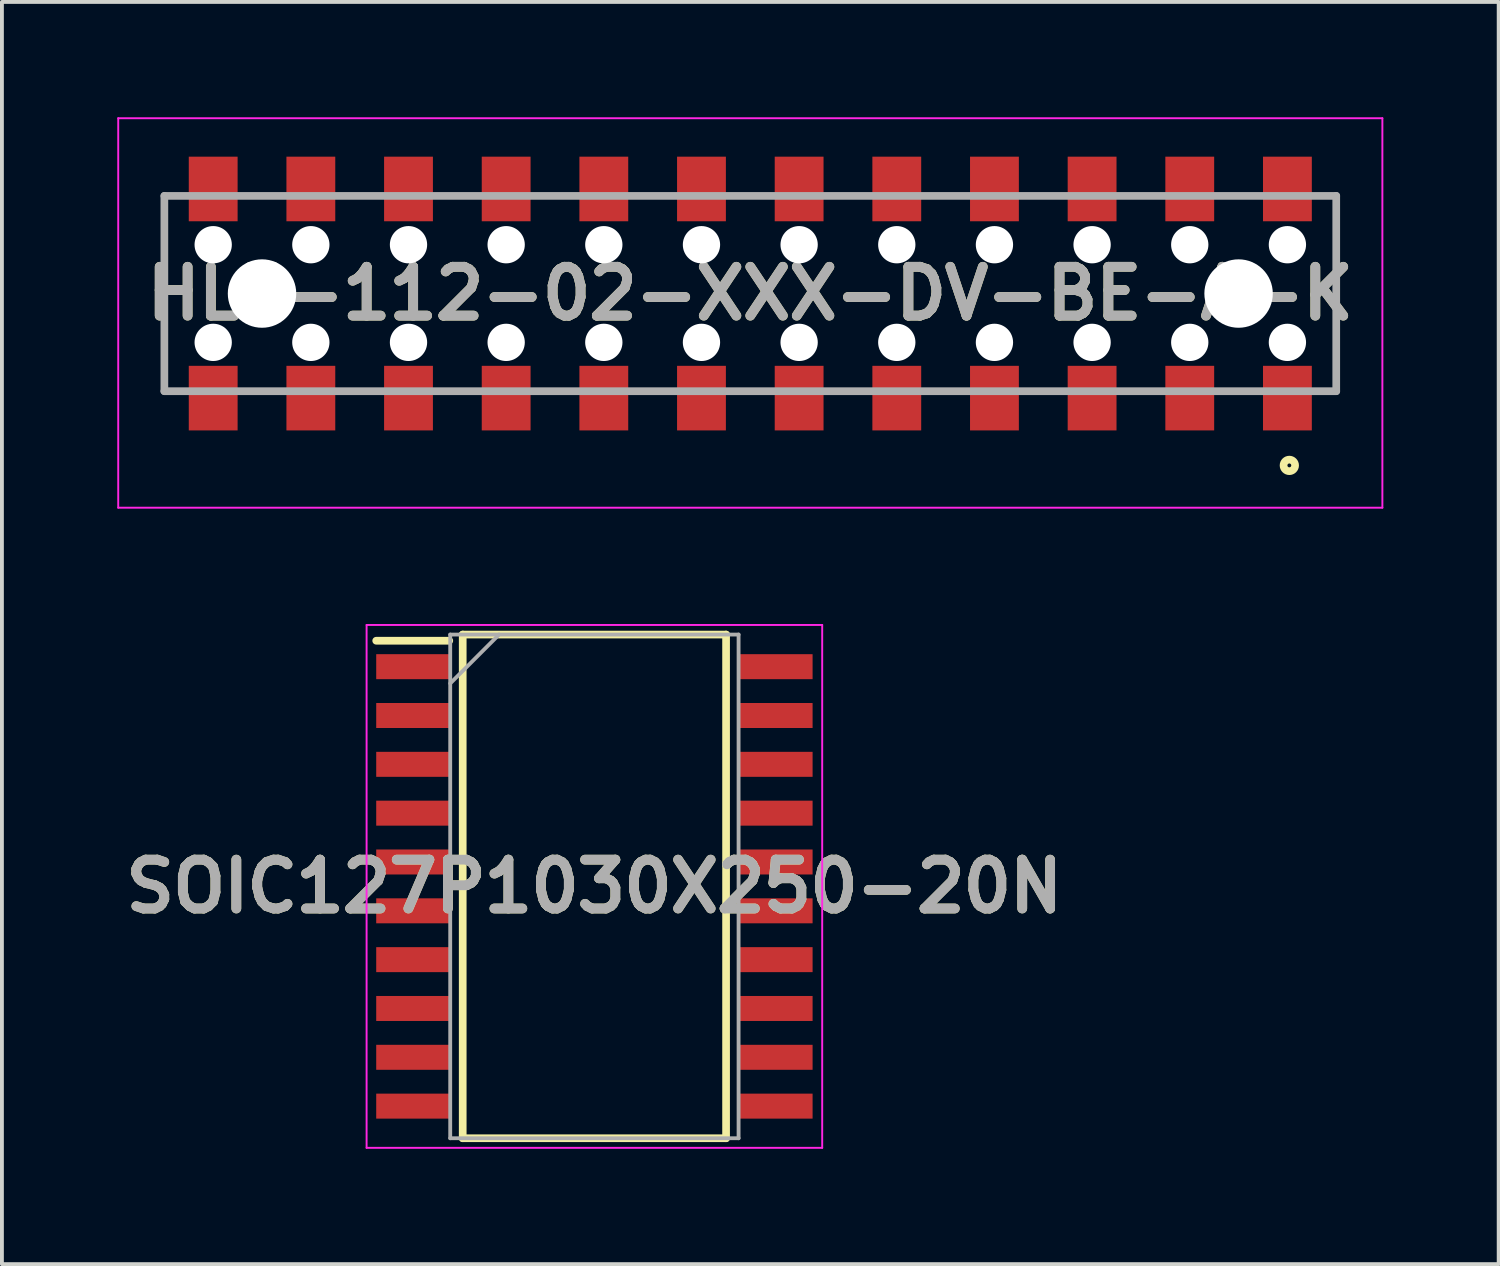
<source format=kicad_pcb>
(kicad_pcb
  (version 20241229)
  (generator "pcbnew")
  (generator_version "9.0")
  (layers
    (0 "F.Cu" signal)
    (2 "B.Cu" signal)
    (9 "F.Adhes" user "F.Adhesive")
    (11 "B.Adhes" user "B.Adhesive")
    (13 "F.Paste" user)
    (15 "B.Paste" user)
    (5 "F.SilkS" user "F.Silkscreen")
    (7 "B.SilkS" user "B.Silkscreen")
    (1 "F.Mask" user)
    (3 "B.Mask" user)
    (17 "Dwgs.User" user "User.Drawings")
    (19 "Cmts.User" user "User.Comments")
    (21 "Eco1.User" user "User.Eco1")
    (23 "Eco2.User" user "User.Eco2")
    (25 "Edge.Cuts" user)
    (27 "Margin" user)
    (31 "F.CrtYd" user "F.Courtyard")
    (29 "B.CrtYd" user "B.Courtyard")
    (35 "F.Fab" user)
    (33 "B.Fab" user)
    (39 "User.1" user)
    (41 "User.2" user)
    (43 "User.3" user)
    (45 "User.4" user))
  (footprint "HLE-112-02-XXX-DV-BE-A-K"
    (layer "F.Cu")
    (at 16.465 4.585)
    (property "Reference" "HLE-112-02-XXX-DV-BE-A-K" (at 0 0 0) (layer "F.SilkS") (effects (font (size 1.27 1.27) (thickness 0.254))))
    (attr through_hole)
    (fp_line (start -15.24 2.54) (end -15.24 -2.54) (stroke (width 0.1) (type solid)) (layer "F.SilkS"))
    (fp_line (start 15.24 -2.54) (end 15.24 2.54) (stroke (width 0.1) (type solid)) (layer "F.SilkS"))
    (fp_circle (center 14.02 4.47) (end 14.02 4.52) (stroke (width 0.2) (type solid)) (fill no) (layer "F.SilkS"))
    (fp_line (start -16.44 -4.56) (end 16.44 -4.56) (stroke (width 0.05) (type solid)) (layer "F.CrtYd"))
    (fp_line (start -16.44 5.57) (end -16.44 -4.56) (stroke (width 0.05) (type solid)) (layer "F.CrtYd"))
    (fp_line (start 16.44 -4.56) (end 16.44 5.57) (stroke (width 0.05) (type solid)) (layer "F.CrtYd"))
    (fp_line (start 16.44 5.57) (end -16.44 5.57) (stroke (width 0.05) (type solid)) (layer "F.CrtYd"))
    (fp_line (start -15.24 -2.54) (end 15.24 -2.54) (stroke (width 0.2) (type solid)) (layer "F.Fab"))
    (fp_line (start -15.24 2.54) (end -15.24 -2.54) (stroke (width 0.2) (type solid)) (layer "F.Fab"))
    (fp_line (start 15.24 -2.54) (end 15.24 2.54) (stroke (width 0.2) (type solid)) (layer "F.Fab"))
    (fp_line (start 15.24 2.54) (end -15.24 2.54) (stroke (width 0.2) (type solid)) (layer "F.Fab"))
    (fp_text user "${REFERENCE}" (at 0 0 0) (layer "F.Fab") (effects (font (size 1.27 1.27) (thickness 0.254))))
    (pad "" np_thru_hole circle (at -13.97 -1.27) (size 0.97 0.97) (drill 0.97) (layers "*.Cu" "*.Mask"))
    (pad "" np_thru_hole circle (at -13.97 1.27) (size 0.97 0.97) (drill 0.97) (layers "*.Cu" "*.Mask"))
    (pad "" np_thru_hole circle (at -12.7 0) (size 1.78 1.78) (drill 1.78) (layers "*.Cu" "*.Mask"))
    (pad "" np_thru_hole circle (at -11.43 -1.27) (size 0.97 0.97) (drill 0.97) (layers "*.Cu" "*.Mask"))
    (pad "" np_thru_hole circle (at -11.43 1.27) (size 0.97 0.97) (drill 0.97) (layers "*.Cu" "*.Mask"))
    (pad "" np_thru_hole circle (at -8.89 -1.27) (size 0.97 0.97) (drill 0.97) (layers "*.Cu" "*.Mask"))
    (pad "" np_thru_hole circle (at -8.89 1.27) (size 0.97 0.97) (drill 0.97) (layers "*.Cu" "*.Mask"))
    (pad "" np_thru_hole circle (at -6.35 -1.27) (size 0.97 0.97) (drill 0.97) (layers "*.Cu" "*.Mask"))
    (pad "" np_thru_hole circle (at -6.35 1.27) (size 0.97 0.97) (drill 0.97) (layers "*.Cu" "*.Mask"))
    (pad "" np_thru_hole circle (at -3.81 -1.27) (size 0.97 0.97) (drill 0.97) (layers "*.Cu" "*.Mask"))
    (pad "" np_thru_hole circle (at -3.81 1.27) (size 0.97 0.97) (drill 0.97) (layers "*.Cu" "*.Mask"))
    (pad "" np_thru_hole circle (at -1.27 -1.27) (size 0.97 0.97) (drill 0.97) (layers "*.Cu" "*.Mask"))
    (pad "" np_thru_hole circle (at -1.27 1.27) (size 0.97 0.97) (drill 0.97) (layers "*.Cu" "*.Mask"))
    (pad "" np_thru_hole circle (at 1.27 -1.27) (size 0.97 0.97) (drill 0.97) (layers "*.Cu" "*.Mask"))
    (pad "" np_thru_hole circle (at 1.27 1.27) (size 0.97 0.97) (drill 0.97) (layers "*.Cu" "*.Mask"))
    (pad "" np_thru_hole circle (at 3.81 -1.27) (size 0.97 0.97) (drill 0.97) (layers "*.Cu" "*.Mask"))
    (pad "" np_thru_hole circle (at 3.81 1.27) (size 0.97 0.97) (drill 0.97) (layers "*.Cu" "*.Mask"))
    (pad "" np_thru_hole circle (at 6.35 -1.27) (size 0.97 0.97) (drill 0.97) (layers "*.Cu" "*.Mask"))
    (pad "" np_thru_hole circle (at 6.35 1.27) (size 0.97 0.97) (drill 0.97) (layers "*.Cu" "*.Mask"))
    (pad "" np_thru_hole circle (at 8.89 -1.27) (size 0.97 0.97) (drill 0.97) (layers "*.Cu" "*.Mask"))
    (pad "" np_thru_hole circle (at 8.89 1.27) (size 0.97 0.97) (drill 0.97) (layers "*.Cu" "*.Mask"))
    (pad "" np_thru_hole circle (at 11.43 -1.27) (size 0.97 0.97) (drill 0.97) (layers "*.Cu" "*.Mask"))
    (pad "" np_thru_hole circle (at 11.43 1.27) (size 0.97 0.97) (drill 0.97) (layers "*.Cu" "*.Mask"))
    (pad "" np_thru_hole circle (at 12.7 0) (size 1.78 1.78) (drill 1.78) (layers "*.Cu" "*.Mask"))
    (pad "" np_thru_hole circle (at 13.97 -1.27) (size 0.97 0.97) (drill 0.97) (layers "*.Cu" "*.Mask"))
    (pad "" np_thru_hole circle (at 13.97 1.27) (size 0.97 0.97) (drill 0.97) (layers "*.Cu" "*.Mask"))
    (pad "1" smd rect (at 13.97 2.72) (size 1.27 1.68) (layers "F.Cu" "F.Mask" "F.Paste"))
    (pad "2" smd rect (at 13.97 -2.72) (size 1.27 1.68) (layers "F.Cu" "F.Mask" "F.Paste"))
    (pad "3" smd rect (at 11.43 2.72) (size 1.27 1.68) (layers "F.Cu" "F.Mask" "F.Paste"))
    (pad "4" smd rect (at 11.43 -2.72) (size 1.27 1.68) (layers "F.Cu" "F.Mask" "F.Paste"))
    (pad "5" smd rect (at 8.89 2.72) (size 1.27 1.68) (layers "F.Cu" "F.Mask" "F.Paste"))
    (pad "6" smd rect (at 8.89 -2.72) (size 1.27 1.68) (layers "F.Cu" "F.Mask" "F.Paste"))
    (pad "7" smd rect (at 6.35 2.72) (size 1.27 1.68) (layers "F.Cu" "F.Mask" "F.Paste"))
    (pad "8" smd rect (at 6.35 -2.72) (size 1.27 1.68) (layers "F.Cu" "F.Mask" "F.Paste"))
    (pad "9" smd rect (at 3.81 2.72) (size 1.27 1.68) (layers "F.Cu" "F.Mask" "F.Paste"))
    (pad "10" smd rect (at 3.81 -2.72) (size 1.27 1.68) (layers "F.Cu" "F.Mask" "F.Paste"))
    (pad "11" smd rect (at 1.27 2.72) (size 1.27 1.68) (layers "F.Cu" "F.Mask" "F.Paste"))
    (pad "12" smd rect (at 1.27 -2.72) (size 1.27 1.68) (layers "F.Cu" "F.Mask" "F.Paste"))
    (pad "13" smd rect (at -1.27 2.72) (size 1.27 1.68) (layers "F.Cu" "F.Mask" "F.Paste"))
    (pad "14" smd rect (at -1.27 -2.72) (size 1.27 1.68) (layers "F.Cu" "F.Mask" "F.Paste"))
    (pad "15" smd rect (at -3.81 2.72) (size 1.27 1.68) (layers "F.Cu" "F.Mask" "F.Paste"))
    (pad "16" smd rect (at -3.81 -2.72) (size 1.27 1.68) (layers "F.Cu" "F.Mask" "F.Paste"))
    (pad "17" smd rect (at -6.35 2.72) (size 1.27 1.68) (layers "F.Cu" "F.Mask" "F.Paste"))
    (pad "18" smd rect (at -6.35 -2.72) (size 1.27 1.68) (layers "F.Cu" "F.Mask" "F.Paste"))
    (pad "19" smd rect (at -8.89 2.72) (size 1.27 1.68) (layers "F.Cu" "F.Mask" "F.Paste"))
    (pad "20" smd rect (at -8.89 -2.72) (size 1.27 1.68) (layers "F.Cu" "F.Mask" "F.Paste"))
    (pad "21" smd rect (at -11.43 2.72) (size 1.27 1.68) (layers "F.Cu" "F.Mask" "F.Paste"))
    (pad "22" smd rect (at -11.43 -2.72) (size 1.27 1.68) (layers "F.Cu" "F.Mask" "F.Paste"))
    (pad "23" smd rect (at -13.97 2.72) (size 1.27 1.68) (layers "F.Cu" "F.Mask" "F.Paste"))
    (pad "24" smd rect (at -13.97 -2.72) (size 1.27 1.68) (layers "F.Cu" "F.Mask" "F.Paste")))
  (footprint "SOIC127P1030X250-20N"
    (layer "F.Cu")
    (at 12.41 20.005)
    (property "Reference" "SOIC127P1030X250-20N" (at 0 0 0) (layer "F.SilkS") (effects (font (size 1.27 1.27) (thickness 0.254))))
    (attr smd)
    (fp_line (start -5.675 -6.39) (end -3.775 -6.39) (stroke (width 0.2) (type solid)) (layer "F.SilkS"))
    (fp_line (start -3.425 -6.55) (end 3.425 -6.55) (stroke (width 0.2) (type solid)) (layer "F.SilkS"))
    (fp_line (start -3.425 6.55) (end -3.425 -6.55) (stroke (width 0.2) (type solid)) (layer "F.SilkS"))
    (fp_line (start 3.425 -6.55) (end 3.425 6.55) (stroke (width 0.2) (type solid)) (layer "F.SilkS"))
    (fp_line (start 3.425 6.55) (end -3.425 6.55) (stroke (width 0.2) (type solid)) (layer "F.SilkS"))
    (fp_line (start -5.925 -6.8) (end 5.925 -6.8) (stroke (width 0.05) (type solid)) (layer "F.CrtYd"))
    (fp_line (start -5.925 6.8) (end -5.925 -6.8) (stroke (width 0.05) (type solid)) (layer "F.CrtYd"))
    (fp_line (start 5.925 -6.8) (end 5.925 6.8) (stroke (width 0.05) (type solid)) (layer "F.CrtYd"))
    (fp_line (start 5.925 6.8) (end -5.925 6.8) (stroke (width 0.05) (type solid)) (layer "F.CrtYd"))
    (fp_line (start -3.75 -6.55) (end 3.75 -6.55) (stroke (width 0.1) (type solid)) (layer "F.Fab"))
    (fp_line (start -3.75 -5.28) (end -2.48 -6.55) (stroke (width 0.1) (type solid)) (layer "F.Fab"))
    (fp_line (start -3.75 6.55) (end -3.75 -6.55) (stroke (width 0.1) (type solid)) (layer "F.Fab"))
    (fp_line (start 3.75 -6.55) (end 3.75 6.55) (stroke (width 0.1) (type solid)) (layer "F.Fab"))
    (fp_line (start 3.75 6.55) (end -3.75 6.55) (stroke (width 0.1) (type solid)) (layer "F.Fab"))
    (fp_text user "${REFERENCE}" (at 0 0 0) (layer "F.Fab") (effects (font (size 1.27 1.27) (thickness 0.254))))
    (pad "1" smd rect (at -4.725 -5.715 90) (size 0.65 1.9) (layers "F.Cu" "F.Mask" "F.Paste"))
    (pad "2" smd rect (at -4.725 -4.445 90) (size 0.65 1.9) (layers "F.Cu" "F.Mask" "F.Paste"))
    (pad "3" smd rect (at -4.725 -3.175 90) (size 0.65 1.9) (layers "F.Cu" "F.Mask" "F.Paste"))
    (pad "4" smd rect (at -4.725 -1.905 90) (size 0.65 1.9) (layers "F.Cu" "F.Mask" "F.Paste"))
    (pad "5" smd rect (at -4.725 -0.635 90) (size 0.65 1.9) (layers "F.Cu" "F.Mask" "F.Paste"))
    (pad "6" smd rect (at -4.725 0.635 90) (size 0.65 1.9) (layers "F.Cu" "F.Mask" "F.Paste"))
    (pad "7" smd rect (at -4.725 1.905 90) (size 0.65 1.9) (layers "F.Cu" "F.Mask" "F.Paste"))
    (pad "8" smd rect (at -4.725 3.175 90) (size 0.65 1.9) (layers "F.Cu" "F.Mask" "F.Paste"))
    (pad "9" smd rect (at -4.725 4.445 90) (size 0.65 1.9) (layers "F.Cu" "F.Mask" "F.Paste"))
    (pad "10" smd rect (at -4.725 5.715 90) (size 0.65 1.9) (layers "F.Cu" "F.Mask" "F.Paste"))
    (pad "11" smd rect (at 4.725 5.715 90) (size 0.65 1.9) (layers "F.Cu" "F.Mask" "F.Paste"))
    (pad "12" smd rect (at 4.725 4.445 90) (size 0.65 1.9) (layers "F.Cu" "F.Mask" "F.Paste"))
    (pad "13" smd rect (at 4.725 3.175 90) (size 0.65 1.9) (layers "F.Cu" "F.Mask" "F.Paste"))
    (pad "14" smd rect (at 4.725 1.905 90) (size 0.65 1.9) (layers "F.Cu" "F.Mask" "F.Paste"))
    (pad "15" smd rect (at 4.725 0.635 90) (size 0.65 1.9) (layers "F.Cu" "F.Mask" "F.Paste"))
    (pad "16" smd rect (at 4.725 -0.635 90) (size 0.65 1.9) (layers "F.Cu" "F.Mask" "F.Paste"))
    (pad "17" smd rect (at 4.725 -1.905 90) (size 0.65 1.9) (layers "F.Cu" "F.Mask" "F.Paste"))
    (pad "18" smd rect (at 4.725 -3.175 90) (size 0.65 1.9) (layers "F.Cu" "F.Mask" "F.Paste"))
    (pad "19" smd rect (at 4.725 -4.445 90) (size 0.65 1.9) (layers "F.Cu" "F.Mask" "F.Paste"))
    (pad "20" smd rect (at 4.725 -5.715 90) (size 0.65 1.9) (layers "F.Cu" "F.Mask" "F.Paste")))
  (gr_rect
    (start -3 -3)
    (end 35.93 29.83)
    (stroke (width 0.1) (type default))
    (fill no)
    (layer "Edge.Cuts")))
</source>
